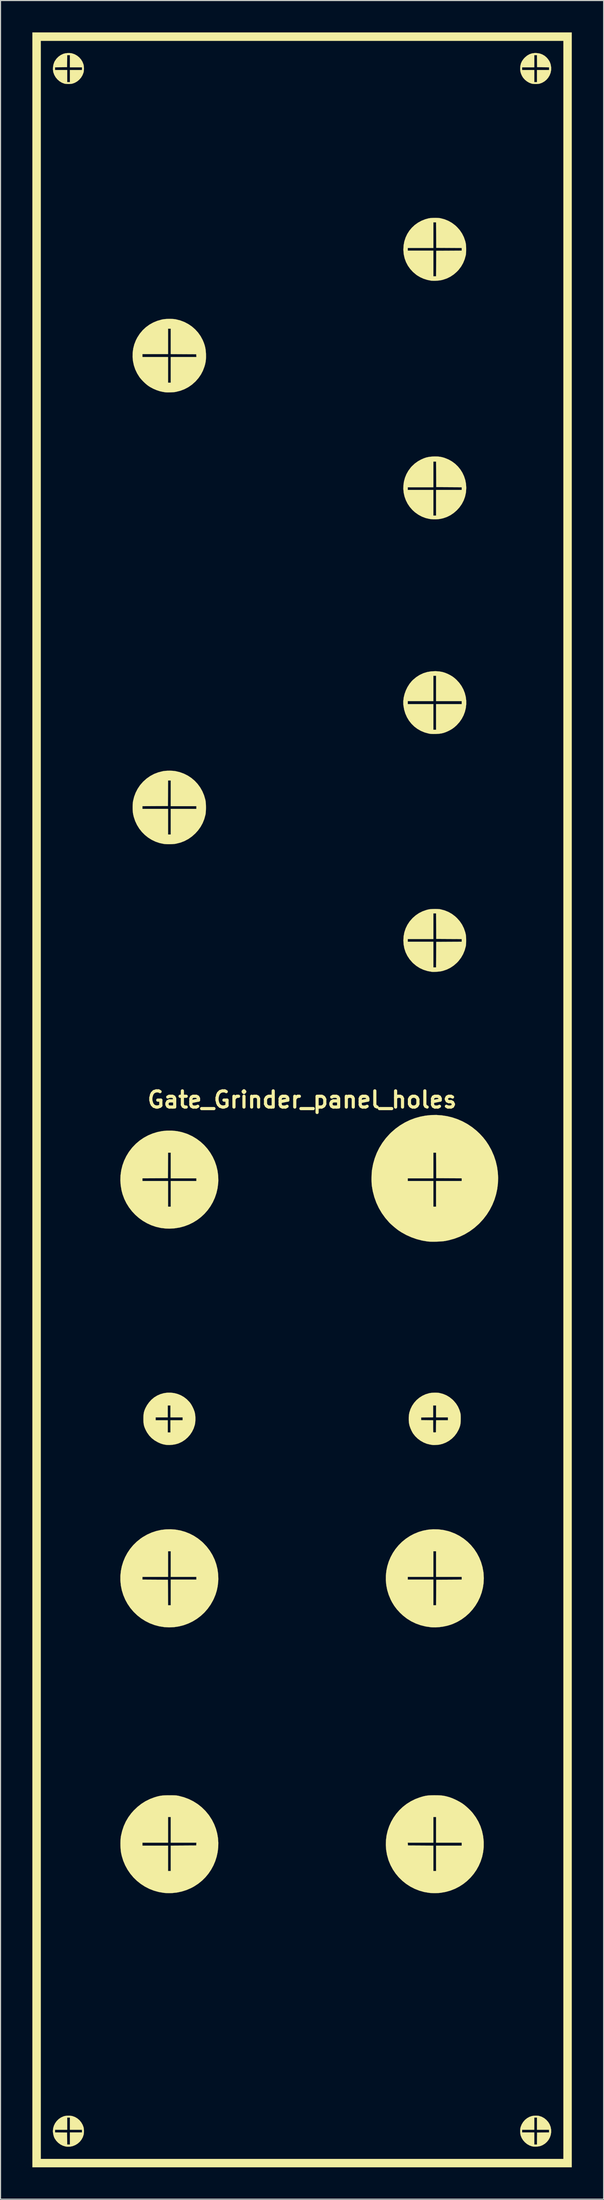
<source format=kicad_pcb>
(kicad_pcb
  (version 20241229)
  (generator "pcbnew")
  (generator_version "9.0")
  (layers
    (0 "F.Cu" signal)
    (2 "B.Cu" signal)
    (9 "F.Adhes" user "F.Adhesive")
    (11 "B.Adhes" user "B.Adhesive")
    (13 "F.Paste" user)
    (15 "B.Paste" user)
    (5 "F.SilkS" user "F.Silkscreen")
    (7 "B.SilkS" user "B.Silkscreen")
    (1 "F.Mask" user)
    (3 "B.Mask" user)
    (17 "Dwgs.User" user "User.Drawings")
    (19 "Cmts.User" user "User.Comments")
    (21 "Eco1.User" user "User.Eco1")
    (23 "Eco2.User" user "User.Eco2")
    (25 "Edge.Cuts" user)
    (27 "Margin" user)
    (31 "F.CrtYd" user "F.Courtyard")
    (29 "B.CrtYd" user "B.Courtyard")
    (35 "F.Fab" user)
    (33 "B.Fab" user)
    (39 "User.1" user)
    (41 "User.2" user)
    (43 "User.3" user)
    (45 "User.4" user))
  (footprint "Gate_Grinder_panel_holes"
    (layer "F.Cu")
    (at 25.43 100.486)
    (property "Reference" "Gate_Grinder_panel_holes" (at 0 0 0) (layer "F.SilkS") (effects (font (size 1.524 1.524) (thickness 0.3))))
    (attr through_hole)
    (fp_poly (pts (xy 25.425 100.507) (xy -25.425 100.507) (xy -25.425 -99.693) (xy -24.637 -99.693) (xy -24.637 99.719) (xy 24.637 99.719) (xy 24.637 -99.693) (xy -24.637 -99.693) (xy -25.425 -99.693) (xy -25.425 -100.481) (xy 25.425 -100.481) (xy 25.425 100.507)) (stroke (width 0.01) (type solid)) (fill yes) (layer "F.SilkS"))
    (fp_poly (pts (xy 22.27 95.661) (xy 22.364 95.678) (xy 22.606 95.761) (xy 22.832 95.888) (xy 23.035 96.053) (xy 23.208 96.249) (xy 23.334 96.455) (xy 23.431 96.704) (xy 23.48 96.957) (xy 23.484 97.21) (xy 23.445 97.458) (xy 23.365 97.694) (xy 23.246 97.914) (xy 23.091 98.111) (xy 22.901 98.282) (xy 22.68 98.419) (xy 22.494 98.498) (xy 22.349 98.535) (xy 22.175 98.558) (xy 21.993 98.566) (xy 21.821 98.559) (xy 21.683 98.537) (xy 21.441 98.45) (xy 21.215 98.322) (xy 21.014 98.158) (xy 20.842 97.965) (xy 20.706 97.748) (xy 20.613 97.515) (xy 20.607 97.492) (xy 20.579 97.34) (xy 20.566 97.165) (xy 20.569 96.985) (xy 20.57 96.973) (xy 20.747 96.973) (xy 20.747 97.227) (xy 21.891 97.227) (xy 21.891 98.371) (xy 22.145 98.371) (xy 22.151 97.805) (xy 22.158 97.24) (xy 22.724 97.233) (xy 23.29 97.226) (xy 23.29 96.973) (xy 22.146 96.973) (xy 22.146 95.828) (xy 21.891 95.828) (xy 21.891 96.973) (xy 20.747 96.973) (xy 20.57 96.973) (xy 20.586 96.82) (xy 20.606 96.73) (xy 20.704 96.477) (xy 20.843 96.248) (xy 21.017 96.049) (xy 21.221 95.884) (xy 21.451 95.758) (xy 21.652 95.689) (xy 21.786 95.664) (xy 21.947 95.652) (xy 22.115 95.651) (xy 22.27 95.661)) (stroke (width 0.01) (type solid)) (fill yes) (layer "F.SilkS"))
    (fp_poly (pts (xy -21.932 95.654) (xy -21.77 95.667) (xy -21.651 95.689) (xy -21.408 95.778) (xy -21.184 95.911) (xy -20.986 96.081) (xy -20.818 96.284) (xy -20.687 96.514) (xy -20.608 96.724) (xy -20.581 96.861) (xy -20.567 97.026) (xy -20.567 97.199) (xy -20.581 97.359) (xy -20.594 97.433) (xy -20.676 97.681) (xy -20.799 97.905) (xy -20.958 98.103) (xy -21.147 98.272) (xy -21.361 98.406) (xy -21.594 98.504) (xy -21.84 98.561) (xy -22.095 98.574) (xy -22.311 98.548) (xy -22.555 98.474) (xy -22.786 98.356) (xy -22.996 98.198) (xy -23.179 98.007) (xy -23.325 97.79) (xy -23.345 97.752) (xy -23.396 97.628) (xy -23.44 97.473) (xy -23.473 97.309) (xy -23.491 97.156) (xy -23.493 97.102) (xy -23.48 96.973) (xy -23.29 96.973) (xy -23.29 97.226) (xy -22.724 97.233) (xy -22.158 97.24) (xy -22.151 97.805) (xy -22.145 98.371) (xy -21.891 98.371) (xy -21.891 97.227) (xy -20.747 97.227) (xy -20.747 96.973) (xy -21.891 96.973) (xy -21.891 95.828) (xy -22.146 95.828) (xy -22.146 96.973) (xy -23.29 96.973) (xy -23.48 96.973) (xy -23.468 96.842) (xy -23.396 96.593) (xy -23.283 96.362) (xy -23.132 96.153) (xy -22.948 95.972) (xy -22.735 95.825) (xy -22.497 95.718) (xy -22.399 95.688) (xy -22.266 95.664) (xy -22.104 95.653) (xy -21.932 95.654)) (stroke (width 0.01) (type solid)) (fill yes) (layer "F.SilkS"))
    (fp_poly (pts (xy 22.107 -98.541) (xy 22.382 -98.501) (xy 22.633 -98.416) (xy 22.861 -98.287) (xy 23.061 -98.116) (xy 23.179 -97.978) (xy 23.277 -97.841) (xy 23.347 -97.719) (xy 23.399 -97.591) (xy 23.444 -97.437) (xy 23.444 -97.437) (xy 23.485 -97.178) (xy 23.479 -96.921) (xy 23.428 -96.673) (xy 23.336 -96.438) (xy 23.207 -96.222) (xy 23.042 -96.03) (xy 22.846 -95.868) (xy 22.621 -95.741) (xy 22.4 -95.663) (xy 22.276 -95.641) (xy 22.122 -95.63) (xy 21.956 -95.629) (xy 21.797 -95.639) (xy 21.664 -95.659) (xy 21.64 -95.665) (xy 21.414 -95.75) (xy 21.198 -95.876) (xy 21.004 -96.035) (xy 20.841 -96.22) (xy 20.742 -96.378) (xy 20.653 -96.571) (xy 20.597 -96.75) (xy 20.57 -96.938) (xy 20.566 -97.082) (xy 20.574 -97.201) (xy 20.747 -97.201) (xy 20.747 -96.947) (xy 21.891 -96.947) (xy 21.891 -95.803) (xy 22.146 -95.803) (xy 22.146 -96.947) (xy 23.29 -96.947) (xy 23.29 -97.2) (xy 22.724 -97.207) (xy 22.158 -97.214) (xy 22.151 -97.78) (xy 22.145 -98.346) (xy 21.891 -98.346) (xy 21.891 -97.201) (xy 20.747 -97.201) (xy 20.574 -97.201) (xy 20.584 -97.341) (xy 20.64 -97.571) (xy 20.736 -97.782) (xy 20.878 -97.982) (xy 21.001 -98.117) (xy 21.21 -98.295) (xy 21.432 -98.425) (xy 21.67 -98.507) (xy 21.927 -98.542) (xy 22.107 -98.541)) (stroke (width 0.01) (type solid)) (fill yes) (layer "F.SilkS"))
    (fp_poly (pts (xy -21.722 -98.517) (xy -21.707 -98.514) (xy -21.456 -98.43) (xy -21.225 -98.303) (xy -21.02 -98.14) (xy -20.846 -97.945) (xy -20.709 -97.724) (xy -20.613 -97.482) (xy -20.594 -97.408) (xy -20.573 -97.264) (xy -20.565 -97.096) (xy -20.572 -96.924) (xy -20.592 -96.769) (xy -20.608 -96.699) (xy -20.704 -96.452) (xy -20.841 -96.227) (xy -21.014 -96.029) (xy -21.216 -95.864) (xy -21.442 -95.737) (xy -21.651 -95.664) (xy -21.776 -95.642) (xy -21.93 -95.63) (xy -22.095 -95.629) (xy -22.252 -95.638) (xy -22.383 -95.657) (xy -22.411 -95.664) (xy -22.649 -95.755) (xy -22.869 -95.889) (xy -23.066 -96.06) (xy -23.232 -96.261) (xy -23.362 -96.487) (xy -23.45 -96.73) (xy -23.457 -96.759) (xy -23.488 -96.988) (xy -23.482 -97.2) (xy -23.29 -97.2) (xy -23.29 -96.947) (xy -22.146 -96.947) (xy -22.146 -95.803) (xy -21.891 -95.803) (xy -21.891 -96.947) (xy -20.747 -96.947) (xy -20.747 -97.201) (xy -21.891 -97.201) (xy -21.891 -98.346) (xy -22.145 -98.346) (xy -22.151 -97.78) (xy -22.158 -97.214) (xy -22.724 -97.207) (xy -23.29 -97.2) (xy -23.482 -97.2) (xy -23.481 -97.23) (xy -23.436 -97.471) (xy -23.358 -97.694) (xy -23.303 -97.8) (xy -23.15 -98.016) (xy -22.962 -98.203) (xy -22.748 -98.355) (xy -22.516 -98.465) (xy -22.498 -98.471) (xy -22.316 -98.517) (xy -22.112 -98.54) (xy -21.906 -98.541) (xy -21.722 -98.517)) (stroke (width 0.01) (type solid)) (fill yes) (layer "F.SilkS"))
    (fp_poly (pts (xy 12.856 -60.55) (xy 13.055 -60.524) (xy 13.25 -60.481) (xy 13.45 -60.42) (xy 13.805 -60.277) (xy 14.132 -60.093) (xy 14.429 -59.873) (xy 14.694 -59.619) (xy 14.924 -59.336) (xy 15.118 -59.028) (xy 15.272 -58.697) (xy 15.386 -58.348) (xy 15.456 -57.984) (xy 15.48 -57.609) (xy 15.457 -57.226) (xy 15.446 -57.149) (xy 15.365 -56.775) (xy 15.236 -56.42) (xy 15.061 -56.085) (xy 14.84 -55.771) (xy 14.598 -55.503) (xy 14.303 -55.244) (xy 13.99 -55.032) (xy 13.657 -54.865) (xy 13.3 -54.743) (xy 13.008 -54.679) (xy 12.811 -54.655) (xy 12.585 -54.644) (xy 12.352 -54.647) (xy 12.132 -54.663) (xy 12.014 -54.679) (xy 11.646 -54.766) (xy 11.293 -54.901) (xy 10.958 -55.082) (xy 10.646 -55.304) (xy 10.412 -55.516) (xy 10.16 -55.803) (xy 9.951 -56.112) (xy 9.786 -56.44) (xy 9.663 -56.782) (xy 9.584 -57.134) (xy 9.548 -57.492) (xy 9.552 -57.665) (xy 9.967 -57.665) (xy 9.967 -57.411) (xy 12.382 -57.411) (xy 12.382 -54.995) (xy 12.636 -54.995) (xy 12.636 -57.411) (xy 15.052 -57.411) (xy 15.052 -57.664) (xy 13.851 -57.671) (xy 12.649 -57.678) (xy 12.643 -58.879) (xy 12.636 -60.08) (xy 12.382 -60.08) (xy 12.382 -57.665) (xy 9.967 -57.665) (xy 9.552 -57.665) (xy 9.556 -57.851) (xy 9.607 -58.207) (xy 9.701 -58.556) (xy 9.839 -58.894) (xy 10.021 -59.216) (xy 10.246 -59.519) (xy 10.353 -59.638) (xy 10.631 -59.897) (xy 10.938 -60.116) (xy 11.228 -60.275) (xy 11.476 -60.385) (xy 11.71 -60.464) (xy 11.947 -60.516) (xy 12.205 -60.547) (xy 12.387 -60.557) (xy 12.639 -60.56) (xy 12.856 -60.55)) (stroke (width 0.01) (type solid)) (fill yes) (layer "F.SilkS"))
    (fp_poly (pts (xy -12.045 27.623) (xy -11.728 27.706) (xy -11.423 27.831) (xy -11.135 27.997) (xy -10.869 28.203) (xy -10.63 28.447) (xy -10.545 28.553) (xy -10.432 28.722) (xy -10.322 28.923) (xy -10.224 29.136) (xy -10.147 29.344) (xy -10.115 29.455) (xy -10.076 29.669) (xy -10.057 29.911) (xy -10.057 30.162) (xy -10.075 30.404) (xy -10.113 30.618) (xy -10.115 30.623) (xy -10.222 30.95) (xy -10.372 31.258) (xy -10.562 31.542) (xy -10.787 31.798) (xy -11.043 32.02) (xy -11.326 32.205) (xy -11.632 32.348) (xy -11.695 32.371) (xy -11.942 32.44) (xy -12.21 32.486) (xy -12.48 32.507) (xy -12.735 32.502) (xy -12.825 32.492) (xy -13.023 32.458) (xy -13.199 32.413) (xy -13.374 32.35) (xy -13.568 32.263) (xy -13.59 32.253) (xy -13.902 32.074) (xy -14.176 31.862) (xy -14.412 31.616) (xy -14.612 31.335) (xy -14.723 31.133) (xy -14.805 30.956) (xy -14.867 30.8) (xy -14.91 30.651) (xy -14.938 30.496) (xy -14.954 30.322) (xy -14.959 30.115) (xy -14.96 30.04) (xy -14.958 29.9) (xy -13.806 29.9) (xy -13.806 30.18) (xy -12.662 30.18) (xy -12.662 31.324) (xy -12.408 31.324) (xy -12.408 30.18) (xy -11.263 30.18) (xy -11.263 29.9) (xy -12.408 29.9) (xy -12.408 28.782) (xy -12.662 28.782) (xy -12.662 29.9) (xy -13.806 29.9) (xy -14.958 29.9) (xy -14.956 29.823) (xy -14.945 29.643) (xy -14.923 29.487) (xy -14.888 29.343) (xy -14.837 29.197) (xy -14.768 29.037) (xy -14.762 29.023) (xy -14.611 28.747) (xy -14.421 28.484) (xy -14.204 28.246) (xy -13.967 28.045) (xy -13.946 28.029) (xy -13.653 27.85) (xy -13.345 27.716) (xy -13.025 27.627) (xy -12.699 27.582) (xy -12.371 27.581) (xy -12.045 27.623)) (stroke (width 0.01) (type solid)) (fill yes) (layer "F.SilkS"))
    (fp_poly (pts (xy 12.646 -40.343) (xy 12.947 -40.32) (xy 13.219 -40.272) (xy 13.479 -40.195) (xy 13.745 -40.085) (xy 13.771 -40.072) (xy 13.998 -39.955) (xy 14.193 -39.835) (xy 14.374 -39.698) (xy 14.552 -39.539) (xy 14.814 -39.256) (xy 15.033 -38.951) (xy 15.209 -38.627) (xy 15.341 -38.289) (xy 15.43 -37.941) (xy 15.476 -37.586) (xy 15.478 -37.229) (xy 15.437 -36.874) (xy 15.353 -36.524) (xy 15.225 -36.185) (xy 15.054 -35.859) (xy 14.84 -35.552) (xy 14.582 -35.266) (xy 14.552 -35.237) (xy 14.367 -35.073) (xy 14.186 -34.937) (xy 13.99 -34.816) (xy 13.771 -34.704) (xy 13.55 -34.607) (xy 13.342 -34.535) (xy 13.134 -34.485) (xy 12.91 -34.454) (xy 12.655 -34.438) (xy 12.586 -34.436) (xy 12.407 -34.434) (xy 12.266 -34.436) (xy 12.15 -34.442) (xy 12.046 -34.455) (xy 11.941 -34.474) (xy 11.937 -34.475) (xy 11.557 -34.579) (xy 11.203 -34.726) (xy 10.876 -34.913) (xy 10.579 -35.137) (xy 10.314 -35.396) (xy 10.084 -35.686) (xy 9.891 -36.007) (xy 9.737 -36.353) (xy 9.625 -36.724) (xy 9.557 -37.116) (xy 9.548 -37.21) (xy 9.544 -37.528) (xy 9.967 -37.528) (xy 9.967 -37.248) (xy 12.382 -37.248) (xy 12.382 -34.833) (xy 12.636 -34.833) (xy 12.636 -37.248) (xy 15.052 -37.248) (xy 15.052 -37.528) (xy 12.636 -37.528) (xy 12.636 -39.918) (xy 12.382 -39.918) (xy 12.382 -37.528) (xy 9.967 -37.528) (xy 9.544 -37.528) (xy 9.544 -37.536) (xy 9.585 -37.871) (xy 9.667 -38.208) (xy 9.787 -38.539) (xy 9.941 -38.855) (xy 10.128 -39.149) (xy 10.342 -39.412) (xy 10.46 -39.53) (xy 10.766 -39.785) (xy 11.089 -39.992) (xy 11.43 -40.152) (xy 11.788 -40.263) (xy 12.165 -40.328) (xy 12.562 -40.346) (xy 12.646 -40.343)) (stroke (width 0.01) (type solid)) (fill yes) (layer "F.SilkS"))
    (fp_poly (pts (xy -12.266 2.909) (xy -11.803 2.956) (xy -11.342 3.052) (xy -10.888 3.196) (xy -10.774 3.24) (xy -10.345 3.441) (xy -9.944 3.682) (xy -9.572 3.96) (xy -9.232 4.272) (xy -8.926 4.615) (xy -8.656 4.986) (xy -8.423 5.381) (xy -8.23 5.797) (xy -8.079 6.232) (xy -7.972 6.681) (xy -7.91 7.141) (xy -7.896 7.61) (xy -7.908 7.85) (xy -7.968 8.33) (xy -8.075 8.792) (xy -8.225 9.232) (xy -8.415 9.65) (xy -8.644 10.043) (xy -8.908 10.409) (xy -9.206 10.746) (xy -9.535 11.052) (xy -9.893 11.324) (xy -10.277 11.56) (xy -10.684 11.759) (xy -11.112 11.919) (xy -11.559 12.036) (xy -12.023 12.109) (xy -12.5 12.137) (xy -12.853 12.126) (xy -13.316 12.071) (xy -13.766 11.969) (xy -14.201 11.822) (xy -14.617 11.632) (xy -15.012 11.403) (xy -15.382 11.137) (xy -15.725 10.836) (xy -16.037 10.503) (xy -16.316 10.14) (xy -16.559 9.751) (xy -16.762 9.337) (xy -16.923 8.901) (xy -17.018 8.543) (xy -17.1 8.062) (xy -17.131 7.583) (xy -17.125 7.399) (xy -15.052 7.399) (xy -15.052 7.653) (xy -12.636 7.653) (xy -12.636 10.068) (xy -12.382 10.068) (xy -12.382 7.653) (xy -9.967 7.653) (xy -9.967 7.399) (xy -12.382 7.399) (xy -12.382 4.983) (xy -12.636 4.983) (xy -12.643 6.185) (xy -12.649 7.386) (xy -13.851 7.393) (xy -15.052 7.399) (xy -17.125 7.399) (xy -17.114 7.107) (xy -17.049 6.64) (xy -16.936 6.182) (xy -16.777 5.739) (xy -16.572 5.313) (xy -16.323 4.906) (xy -16.029 4.523) (xy -15.993 4.482) (xy -15.661 4.139) (xy -15.301 3.836) (xy -14.915 3.574) (xy -14.507 3.354) (xy -14.081 3.177) (xy -13.64 3.042) (xy -13.189 2.952) (xy -12.729 2.908) (xy -12.266 2.909)) (stroke (width 0.01) (type solid)) (fill yes) (layer "F.SilkS"))
    (fp_poly (pts (xy -11.924 40.475) (xy -11.475 40.555) (xy -11.035 40.68) (xy -10.607 40.849) (xy -10.196 41.061) (xy -9.805 41.317) (xy -9.436 41.615) (xy -9.323 41.72) (xy -8.991 42.074) (xy -8.7 42.455) (xy -8.452 42.86) (xy -8.248 43.285) (xy -8.089 43.728) (xy -7.977 44.184) (xy -7.912 44.652) (xy -7.896 45.128) (xy -7.909 45.391) (xy -7.958 45.812) (xy -8.04 46.208) (xy -8.159 46.593) (xy -8.319 46.979) (xy -8.39 47.126) (xy -8.625 47.541) (xy -8.898 47.924) (xy -9.205 48.275) (xy -9.545 48.591) (xy -9.912 48.87) (xy -10.305 49.111) (xy -10.72 49.311) (xy -11.154 49.47) (xy -11.603 49.585) (xy -12.064 49.655) (xy -12.534 49.677) (xy -12.99 49.652) (xy -13.462 49.578) (xy -13.92 49.456) (xy -14.361 49.289) (xy -14.78 49.079) (xy -15.176 48.828) (xy -15.545 48.539) (xy -15.883 48.214) (xy -16.188 47.855) (xy -16.456 47.463) (xy -16.667 47.078) (xy -16.854 46.638) (xy -16.993 46.189) (xy -17.085 45.734) (xy -17.129 45.277) (xy -17.129 44.927) (xy -15.052 44.927) (xy -15.052 45.18) (xy -13.851 45.187) (xy -12.649 45.194) (xy -12.643 46.395) (xy -12.636 47.596) (xy -12.382 47.596) (xy -12.382 45.181) (xy -9.967 45.181) (xy -9.967 44.927) (xy -12.382 44.927) (xy -12.382 42.511) (xy -12.636 42.511) (xy -12.636 44.927) (xy -15.052 44.927) (xy -17.129 44.927) (xy -17.129 44.821) (xy -17.083 44.37) (xy -16.994 43.926) (xy -16.861 43.493) (xy -16.687 43.074) (xy -16.472 42.674) (xy -16.217 42.294) (xy -15.922 41.938) (xy -15.589 41.611) (xy -15.219 41.314) (xy -15.026 41.182) (xy -14.612 40.943) (xy -14.182 40.75) (xy -13.74 40.604) (xy -13.29 40.503) (xy -12.835 40.449) (xy -12.378 40.439) (xy -11.924 40.475)) (stroke (width 0.01) (type solid)) (fill yes) (layer "F.SilkS"))
    (fp_poly (pts (xy 12.836 40.45) (xy 13.308 40.508) (xy 13.776 40.615) (xy 13.984 40.679) (xy 14.43 40.854) (xy 14.849 41.071) (xy 15.241 41.327) (xy 15.602 41.62) (xy 15.931 41.947) (xy 16.225 42.305) (xy 16.482 42.692) (xy 16.7 43.104) (xy 16.877 43.539) (xy 17.01 43.995) (xy 17.097 44.467) (xy 17.11 44.576) (xy 17.136 45.046) (xy 17.114 45.511) (xy 17.044 45.966) (xy 16.93 46.41) (xy 16.773 46.839) (xy 16.576 47.249) (xy 16.34 47.638) (xy 16.067 48.003) (xy 15.76 48.34) (xy 15.419 48.646) (xy 15.049 48.919) (xy 14.649 49.154) (xy 14.223 49.35) (xy 13.984 49.437) (xy 13.652 49.532) (xy 13.3 49.605) (xy 12.942 49.654) (xy 12.591 49.677) (xy 12.263 49.673) (xy 12.153 49.664) (xy 11.652 49.592) (xy 11.175 49.474) (xy 10.721 49.312) (xy 10.293 49.106) (xy 9.888 48.855) (xy 9.509 48.559) (xy 9.224 48.292) (xy 8.938 47.978) (xy 8.694 47.655) (xy 8.482 47.31) (xy 8.352 47.057) (xy 8.167 46.614) (xy 8.03 46.164) (xy 7.941 45.71) (xy 7.898 45.255) (xy 7.9 44.927) (xy 9.967 44.927) (xy 9.967 45.181) (xy 12.382 45.181) (xy 12.382 47.596) (xy 12.636 47.596) (xy 12.643 46.395) (xy 12.649 45.194) (xy 13.851 45.187) (xy 15.052 45.18) (xy 15.052 44.927) (xy 12.636 44.927) (xy 12.636 42.511) (xy 12.382 42.511) (xy 12.382 44.927) (xy 9.967 44.927) (xy 7.9 44.927) (xy 7.901 44.802) (xy 7.948 44.354) (xy 8.038 43.915) (xy 8.17 43.486) (xy 8.343 43.073) (xy 8.555 42.677) (xy 8.807 42.302) (xy 9.096 41.951) (xy 9.421 41.627) (xy 9.782 41.334) (xy 10.177 41.073) (xy 10.539 40.881) (xy 10.977 40.699) (xy 11.429 40.565) (xy 11.892 40.479) (xy 12.363 40.44) (xy 12.836 40.45)) (stroke (width 0.01) (type solid)) (fill yes) (layer "F.SilkS"))
    (fp_poly (pts (xy 12.758 -17.955) (xy 12.919 -17.945) (xy 13.043 -17.928) (xy 13.429 -17.827) (xy 13.789 -17.682) (xy 14.124 -17.493) (xy 14.434 -17.26) (xy 14.607 -17.099) (xy 14.868 -16.804) (xy 15.085 -16.484) (xy 15.256 -16.139) (xy 15.383 -15.771) (xy 15.436 -15.548) (xy 15.452 -15.434) (xy 15.463 -15.286) (xy 15.469 -15.115) (xy 15.47 -14.936) (xy 15.466 -14.763) (xy 15.457 -14.609) (xy 15.443 -14.487) (xy 15.437 -14.454) (xy 15.331 -14.065) (xy 15.182 -13.704) (xy 14.989 -13.369) (xy 14.754 -13.061) (xy 14.607 -12.904) (xy 14.313 -12.645) (xy 13.996 -12.431) (xy 13.654 -12.261) (xy 13.288 -12.136) (xy 13.139 -12.1) (xy 13.016 -12.079) (xy 12.864 -12.061) (xy 12.697 -12.047) (xy 12.531 -12.038) (xy 12.38 -12.035) (xy 12.26 -12.039) (xy 12.23 -12.042) (xy 11.828 -12.115) (xy 11.453 -12.232) (xy 11.103 -12.392) (xy 10.779 -12.597) (xy 10.481 -12.845) (xy 10.393 -12.932) (xy 10.136 -13.229) (xy 9.926 -13.547) (xy 9.761 -13.887) (xy 9.644 -14.245) (xy 9.574 -14.622) (xy 9.551 -15.001) (xy 9.559 -15.128) (xy 9.967 -15.128) (xy 9.967 -14.874) (xy 12.382 -14.874) (xy 12.382 -12.458) (xy 12.636 -12.458) (xy 12.643 -13.66) (xy 12.649 -14.861) (xy 13.851 -14.868) (xy 15.052 -14.874) (xy 15.052 -15.128) (xy 13.851 -15.134) (xy 12.649 -15.141) (xy 12.643 -16.342) (xy 12.636 -17.544) (xy 12.382 -17.544) (xy 12.382 -15.128) (xy 9.967 -15.128) (xy 9.559 -15.128) (xy 9.576 -15.392) (xy 9.648 -15.769) (xy 9.767 -16.128) (xy 9.932 -16.467) (xy 10.142 -16.784) (xy 10.396 -17.075) (xy 10.439 -17.118) (xy 10.727 -17.368) (xy 11.032 -17.573) (xy 11.362 -17.737) (xy 11.721 -17.863) (xy 11.929 -17.916) (xy 12.051 -17.935) (xy 12.209 -17.949) (xy 12.389 -17.957) (xy 12.577 -17.959) (xy 12.758 -17.955)) (stroke (width 0.01) (type solid)) (fill yes) (layer "F.SilkS"))
    (fp_poly (pts (xy 12.759 -83.019) (xy 12.918 -83.008) (xy 13.042 -82.992) (xy 13.042 -82.992) (xy 13.428 -82.89) (xy 13.789 -82.744) (xy 14.126 -82.554) (xy 14.437 -82.32) (xy 14.607 -82.162) (xy 14.868 -81.868) (xy 15.084 -81.549) (xy 15.256 -81.205) (xy 15.383 -80.836) (xy 15.436 -80.611) (xy 15.452 -80.498) (xy 15.463 -80.349) (xy 15.469 -80.179) (xy 15.47 -80) (xy 15.466 -79.827) (xy 15.457 -79.672) (xy 15.443 -79.55) (xy 15.437 -79.518) (xy 15.331 -79.129) (xy 15.184 -78.769) (xy 14.994 -78.437) (xy 14.761 -78.131) (xy 14.607 -77.967) (xy 14.313 -77.708) (xy 13.995 -77.494) (xy 13.653 -77.324) (xy 13.287 -77.2) (xy 13.139 -77.164) (xy 12.97 -77.135) (xy 12.774 -77.115) (xy 12.567 -77.103) (xy 12.368 -77.102) (xy 12.194 -77.111) (xy 12.141 -77.117) (xy 11.798 -77.186) (xy 11.46 -77.294) (xy 11.14 -77.437) (xy 10.848 -77.611) (xy 10.766 -77.669) (xy 10.461 -77.927) (xy 10.198 -78.212) (xy 9.978 -78.522) (xy 9.803 -78.855) (xy 9.673 -79.209) (xy 9.589 -79.581) (xy 9.553 -79.969) (xy 9.551 -80.065) (xy 9.559 -80.192) (xy 9.967 -80.192) (xy 9.967 -79.938) (xy 12.382 -79.938) (xy 12.382 -77.522) (xy 12.636 -77.522) (xy 12.643 -78.723) (xy 12.649 -79.925) (xy 13.851 -79.931) (xy 15.052 -79.938) (xy 15.052 -80.191) (xy 13.851 -80.198) (xy 12.649 -80.205) (xy 12.643 -81.406) (xy 12.636 -82.607) (xy 12.382 -82.607) (xy 12.382 -80.192) (xy 9.967 -80.192) (xy 9.559 -80.192) (xy 9.576 -80.452) (xy 9.647 -80.824) (xy 9.763 -81.178) (xy 9.92 -81.51) (xy 10.118 -81.819) (xy 10.353 -82.1) (xy 10.622 -82.351) (xy 10.925 -82.569) (xy 11.257 -82.75) (xy 11.617 -82.894) (xy 11.929 -82.979) (xy 12.051 -82.999) (xy 12.21 -83.012) (xy 12.391 -83.021) (xy 12.578 -83.023) (xy 12.759 -83.019)) (stroke (width 0.01) (type solid)) (fill yes) (layer "F.SilkS"))
    (fp_poly (pts (xy -12.216 -30.967) (xy -12.003 -30.945) (xy -11.932 -30.934) (xy -11.52 -30.835) (xy -11.13 -30.692) (xy -10.765 -30.507) (xy -10.427 -30.283) (xy -10.12 -30.022) (xy -9.845 -29.726) (xy -9.605 -29.399) (xy -9.403 -29.043) (xy -9.241 -28.661) (xy -9.123 -28.254) (xy -9.11 -28.197) (xy -9.088 -28.053) (xy -9.072 -27.873) (xy -9.064 -27.669) (xy -9.062 -27.457) (xy -9.067 -27.248) (xy -9.079 -27.056) (xy -9.098 -26.895) (xy -9.109 -26.832) (xy -9.221 -26.42) (xy -9.375 -26.038) (xy -9.572 -25.682) (xy -9.812 -25.349) (xy -10.067 -25.068) (xy -10.385 -24.784) (xy -10.724 -24.546) (xy -11.087 -24.353) (xy -11.471 -24.206) (xy -11.879 -24.105) (xy -11.974 -24.088) (xy -12.106 -24.073) (xy -12.273 -24.062) (xy -12.459 -24.057) (xy -12.647 -24.057) (xy -12.824 -24.063) (xy -12.972 -24.074) (xy -13.021 -24.08) (xy -13.425 -24.164) (xy -13.809 -24.294) (xy -14.172 -24.466) (xy -14.511 -24.678) (xy -14.823 -24.928) (xy -15.104 -25.211) (xy -15.352 -25.526) (xy -15.564 -25.87) (xy -15.737 -26.239) (xy -15.868 -26.631) (xy -15.93 -26.9) (xy -15.957 -27.096) (xy -15.973 -27.324) (xy -15.976 -27.566) (xy -15.974 -27.637) (xy -15.052 -27.637) (xy -15.052 -27.383) (xy -12.636 -27.383) (xy -12.636 -24.968) (xy -12.382 -24.968) (xy -12.382 -27.383) (xy -9.967 -27.383) (xy -9.967 -27.637) (xy -12.382 -27.637) (xy -12.382 -30.053) (xy -12.636 -30.053) (xy -12.643 -28.852) (xy -12.649 -27.65) (xy -13.851 -27.644) (xy -15.052 -27.637) (xy -15.974 -27.637) (xy -15.968 -27.805) (xy -15.948 -28.022) (xy -15.933 -28.12) (xy -15.835 -28.521) (xy -15.69 -28.908) (xy -15.502 -29.273) (xy -15.273 -29.613) (xy -15.005 -29.922) (xy -14.976 -29.951) (xy -14.656 -30.237) (xy -14.314 -30.476) (xy -13.949 -30.671) (xy -13.561 -30.82) (xy -13.148 -30.925) (xy -13.12 -30.931) (xy -12.922 -30.958) (xy -12.694 -30.973) (xy -12.452 -30.976) (xy -12.216 -30.967)) (stroke (width 0.01) (type solid)) (fill yes) (layer "F.SilkS"))
    (fp_poly (pts (xy -12.284 -73.512) (xy -12.062 -73.496) (xy -11.89 -73.47) (xy -11.477 -73.364) (xy -11.086 -73.214) (xy -10.721 -73.022) (xy -10.384 -72.792) (xy -10.077 -72.524) (xy -9.804 -72.222) (xy -9.567 -71.888) (xy -9.37 -71.523) (xy -9.263 -71.269) (xy -9.181 -71.027) (xy -9.122 -70.788) (xy -9.084 -70.538) (xy -9.063 -70.26) (xy -9.06 -70.174) (xy -9.057 -69.905) (xy -9.068 -69.67) (xy -9.096 -69.453) (xy -9.141 -69.238) (xy -9.207 -69.011) (xy -9.351 -68.632) (xy -9.532 -68.284) (xy -9.754 -67.96) (xy -10.02 -67.653) (xy -10.067 -67.605) (xy -10.383 -67.324) (xy -10.725 -67.087) (xy -11.092 -66.894) (xy -11.482 -66.746) (xy -11.893 -66.643) (xy -11.987 -66.627) (xy -12.085 -66.615) (xy -12.213 -66.605) (xy -12.359 -66.598) (xy -12.509 -66.593) (xy -12.652 -66.591) (xy -12.774 -66.593) (xy -12.864 -66.599) (xy -12.891 -66.603) (xy -12.933 -66.61) (xy -13.01 -66.623) (xy -13.107 -66.638) (xy -13.12 -66.64) (xy -13.412 -66.705) (xy -13.719 -66.806) (xy -14.026 -66.938) (xy -14.318 -67.094) (xy -14.466 -67.187) (xy -14.617 -67.299) (xy -14.783 -67.441) (xy -14.953 -67.603) (xy -15.114 -67.77) (xy -15.255 -67.933) (xy -15.33 -68.032) (xy -15.551 -68.384) (xy -15.727 -68.754) (xy -15.857 -69.138) (xy -15.941 -69.531) (xy -15.98 -69.93) (xy -15.975 -70.2) (xy -15.052 -70.2) (xy -15.052 -69.92) (xy -12.636 -69.92) (xy -12.636 -67.505) (xy -12.382 -67.505) (xy -12.382 -69.92) (xy -9.964 -69.92) (xy -9.972 -70.053) (xy -9.979 -70.187) (xy -11.181 -70.193) (xy -12.382 -70.2) (xy -12.382 -72.59) (xy -12.636 -72.59) (xy -12.636 -70.2) (xy -15.052 -70.2) (xy -15.975 -70.2) (xy -15.972 -70.331) (xy -15.918 -70.728) (xy -15.817 -71.119) (xy -15.669 -71.498) (xy -15.532 -71.763) (xy -15.3 -72.12) (xy -15.033 -72.44) (xy -14.733 -72.722) (xy -14.401 -72.965) (xy -14.04 -73.168) (xy -13.651 -73.329) (xy -13.236 -73.447) (xy -13.188 -73.458) (xy -12.993 -73.489) (xy -12.766 -73.509) (xy -12.525 -73.516) (xy -12.284 -73.512)) (stroke (width 0.01) (type solid)) (fill yes) (layer "F.SilkS"))
    (fp_poly (pts (xy 12.713 27.585) (xy 12.874 27.597) (xy 12.954 27.61) (xy 13.3 27.702) (xy 13.616 27.834) (xy 13.907 28.009) (xy 14.179 28.229) (xy 14.292 28.34) (xy 14.515 28.602) (xy 14.694 28.884) (xy 14.832 29.191) (xy 14.904 29.419) (xy 14.927 29.509) (xy 14.943 29.593) (xy 14.953 29.683) (xy 14.959 29.791) (xy 14.961 29.929) (xy 14.961 30.053) (xy 14.957 30.271) (xy 14.943 30.453) (xy 14.919 30.612) (xy 14.88 30.762) (xy 14.823 30.916) (xy 14.748 31.086) (xy 14.579 31.388) (xy 14.371 31.662) (xy 14.128 31.904) (xy 13.855 32.11) (xy 13.557 32.277) (xy 13.238 32.402) (xy 12.972 32.468) (xy 12.878 32.481) (xy 12.759 32.493) (xy 12.628 32.502) (xy 12.501 32.508) (xy 12.393 32.51) (xy 12.316 32.506) (xy 12.306 32.505) (xy 12.249 32.495) (xy 12.161 32.481) (xy 12.066 32.465) (xy 11.762 32.391) (xy 11.462 32.271) (xy 11.176 32.11) (xy 10.91 31.914) (xy 10.673 31.686) (xy 10.475 31.438) (xy 10.389 31.296) (xy 10.301 31.122) (xy 10.219 30.934) (xy 10.152 30.75) (xy 10.115 30.623) (xy 10.076 30.411) (xy 10.057 30.169) (xy 10.057 29.918) (xy 10.057 29.913) (xy 11.225 29.913) (xy 11.225 30.167) (xy 12.357 30.181) (xy 12.357 30.736) (xy 12.358 30.899) (xy 12.36 31.045) (xy 12.363 31.165) (xy 12.368 31.254) (xy 12.373 31.302) (xy 12.375 31.308) (xy 12.409 31.318) (xy 12.475 31.32) (xy 12.508 31.319) (xy 12.624 31.311) (xy 12.631 30.746) (xy 12.637 30.18) (xy 13.755 30.18) (xy 13.755 29.9) (xy 12.636 29.9) (xy 12.636 28.782) (xy 12.357 28.782) (xy 12.357 29.899) (xy 11.225 29.913) (xy 10.057 29.913) (xy 10.075 29.676) (xy 10.113 29.461) (xy 10.115 29.455) (xy 10.222 29.126) (xy 10.373 28.818) (xy 10.564 28.535) (xy 10.791 28.281) (xy 11.05 28.06) (xy 11.337 27.876) (xy 11.649 27.732) (xy 11.98 27.632) (xy 12.014 27.625) (xy 12.163 27.601) (xy 12.34 27.587) (xy 12.529 27.581) (xy 12.713 27.585)) (stroke (width 0.01) (type solid)) (fill yes) (layer "F.SilkS"))
    (fp_poly (pts (xy -12.497 65.484) (xy -12.295 65.485) (xy -12.134 65.487) (xy -12.007 65.491) (xy -11.902 65.498) (xy -11.811 65.508) (xy -11.724 65.522) (xy -11.633 65.54) (xy -11.619 65.543) (xy -11.136 65.672) (xy -10.677 65.845) (xy -10.244 66.06) (xy -9.839 66.316) (xy -9.464 66.613) (xy -9.12 66.948) (xy -8.81 67.322) (xy -8.754 67.399) (xy -8.497 67.798) (xy -8.287 68.212) (xy -8.123 68.639) (xy -8.003 69.074) (xy -7.928 69.515) (xy -7.897 69.958) (xy -7.907 70.401) (xy -7.96 70.839) (xy -8.054 71.27) (xy -8.187 71.69) (xy -8.36 72.096) (xy -8.572 72.486) (xy -8.821 72.855) (xy -9.107 73.201) (xy -9.429 73.52) (xy -9.787 73.809) (xy -10.179 74.065) (xy -10.463 74.218) (xy -10.894 74.404) (xy -11.344 74.546) (xy -11.805 74.643) (xy -12.272 74.693) (xy -12.737 74.696) (xy -13.035 74.672) (xy -13.508 74.592) (xy -13.964 74.466) (xy -14.4 74.296) (xy -14.814 74.084) (xy -15.202 73.834) (xy -15.563 73.547) (xy -15.893 73.227) (xy -16.19 72.874) (xy -16.452 72.493) (xy -16.676 72.084) (xy -16.859 71.652) (xy -16.999 71.197) (xy -17.065 70.892) (xy -17.091 70.705) (xy -17.11 70.485) (xy -17.121 70.246) (xy -17.124 70.001) (xy -17.123 69.945) (xy -15.052 69.945) (xy -15.052 70.225) (xy -12.636 70.225) (xy -12.636 72.615) (xy -12.382 72.615) (xy -12.382 70.226) (xy -11.181 70.219) (xy -9.979 70.212) (xy -9.972 70.079) (xy -9.964 69.945) (xy -12.382 69.945) (xy -12.382 67.53) (xy -12.636 67.53) (xy -12.636 69.945) (xy -15.052 69.945) (xy -17.123 69.945) (xy -17.118 69.764) (xy -17.105 69.548) (xy -17.083 69.366) (xy -17.078 69.335) (xy -16.965 68.846) (xy -16.812 68.387) (xy -16.617 67.956) (xy -16.38 67.553) (xy -16.1 67.175) (xy -15.869 66.915) (xy -15.517 66.578) (xy -15.148 66.288) (xy -14.76 66.043) (xy -14.349 65.84) (xy -13.956 65.691) (xy -13.751 65.627) (xy -13.566 65.577) (xy -13.39 65.539) (xy -13.212 65.513) (xy -13.019 65.496) (xy -12.8 65.487) (xy -12.545 65.484) (xy -12.497 65.484)) (stroke (width 0.01) (type solid)) (fill yes) (layer "F.SilkS"))
    (fp_poly (pts (xy 12.77 65.486) (xy 12.993 65.494) (xy 13.189 65.51) (xy 13.371 65.536) (xy 13.55 65.573) (xy 13.738 65.622) (xy 13.949 65.686) (xy 13.959 65.69) (xy 14.156 65.762) (xy 14.379 65.858) (xy 14.611 65.971) (xy 14.837 66.092) (xy 15.043 66.213) (xy 15.178 66.304) (xy 15.341 66.428) (xy 15.52 66.581) (xy 15.704 66.75) (xy 15.878 66.922) (xy 16.029 67.085) (xy 16.093 67.161) (xy 16.382 67.556) (xy 16.625 67.97) (xy 16.821 68.404) (xy 16.969 68.857) (xy 17.07 69.329) (xy 17.124 69.818) (xy 17.128 69.894) (xy 17.125 70.368) (xy 17.073 70.831) (xy 16.977 71.28) (xy 16.836 71.714) (xy 16.655 72.128) (xy 16.435 72.521) (xy 16.178 72.891) (xy 15.887 73.233) (xy 15.564 73.547) (xy 15.211 73.828) (xy 14.83 74.075) (xy 14.424 74.285) (xy 13.996 74.455) (xy 13.546 74.582) (xy 13.078 74.665) (xy 13.012 74.673) (xy 12.824 74.688) (xy 12.607 74.695) (xy 12.382 74.695) (xy 12.168 74.687) (xy 11.985 74.672) (xy 11.984 74.672) (xy 11.515 74.593) (xy 11.062 74.466) (xy 10.627 74.296) (xy 10.213 74.084) (xy 9.823 73.832) (xy 9.461 73.544) (xy 9.129 73.221) (xy 8.83 72.866) (xy 8.568 72.481) (xy 8.345 72.07) (xy 8.164 71.634) (xy 8.137 71.554) (xy 8.008 71.092) (xy 7.929 70.628) (xy 7.897 70.165) (xy 7.904 69.945) (xy 9.964 69.945) (xy 9.972 70.079) (xy 9.979 70.212) (xy 11.181 70.219) (xy 12.382 70.226) (xy 12.382 72.615) (xy 12.636 72.615) (xy 12.636 70.225) (xy 15.052 70.225) (xy 15.052 69.945) (xy 12.636 69.945) (xy 12.636 67.53) (xy 12.382 67.53) (xy 12.382 69.945) (xy 9.964 69.945) (xy 7.904 69.945) (xy 7.911 69.708) (xy 7.969 69.258) (xy 8.071 68.819) (xy 8.214 68.394) (xy 8.397 67.985) (xy 8.619 67.596) (xy 8.877 67.23) (xy 9.171 66.89) (xy 9.5 66.578) (xy 9.861 66.298) (xy 10.253 66.052) (xy 10.674 65.844) (xy 11.05 65.701) (xy 11.26 65.634) (xy 11.445 65.582) (xy 11.617 65.543) (xy 11.788 65.515) (xy 11.97 65.497) (xy 12.175 65.487) (xy 12.415 65.483) (xy 12.509 65.483) (xy 12.77 65.486)) (stroke (width 0.01) (type solid)) (fill yes) (layer "F.SilkS"))
    (fp_poly (pts (xy 13.171 1.472) (xy 13.676 1.55) (xy 14.175 1.672) (xy 14.663 1.837) (xy 15.139 2.045) (xy 15.599 2.296) (xy 16.04 2.591) (xy 16.459 2.929) (xy 16.749 3.202) (xy 17.062 3.54) (xy 17.339 3.891) (xy 17.588 4.266) (xy 17.817 4.677) (xy 17.876 4.793) (xy 18.093 5.29) (xy 18.262 5.799) (xy 18.383 6.315) (xy 18.457 6.837) (xy 18.485 7.36) (xy 18.466 7.882) (xy 18.402 8.4) (xy 18.292 8.91) (xy 18.139 9.409) (xy 17.941 9.895) (xy 17.7 10.364) (xy 17.416 10.813) (xy 17.09 11.239) (xy 16.721 11.639) (xy 16.662 11.697) (xy 16.246 12.065) (xy 15.807 12.387) (xy 15.343 12.666) (xy 14.854 12.9) (xy 14.339 13.091) (xy 13.799 13.237) (xy 13.488 13.3) (xy 13.34 13.32) (xy 13.153 13.338) (xy 12.939 13.351) (xy 12.71 13.361) (xy 12.479 13.366) (xy 12.258 13.366) (xy 12.058 13.362) (xy 11.891 13.351) (xy 11.836 13.346) (xy 11.324 13.26) (xy 10.814 13.129) (xy 10.315 12.954) (xy 9.833 12.74) (xy 9.378 12.489) (xy 9.102 12.31) (xy 8.968 12.211) (xy 8.814 12.09) (xy 8.652 11.955) (xy 8.492 11.817) (xy 8.348 11.686) (xy 8.231 11.572) (xy 8.207 11.547) (xy 7.839 11.121) (xy 7.515 10.67) (xy 7.236 10.195) (xy 7.002 9.697) (xy 6.814 9.175) (xy 6.67 8.632) (xy 6.581 8.123) (xy 6.564 7.955) (xy 6.553 7.75) (xy 6.549 7.521) (xy 6.55 7.399) (xy 9.967 7.399) (xy 9.967 7.653) (xy 12.382 7.653) (xy 12.382 10.068) (xy 12.636 10.068) (xy 12.636 7.653) (xy 15.052 7.653) (xy 15.052 7.399) (xy 13.851 7.393) (xy 12.649 7.386) (xy 12.643 6.185) (xy 12.636 4.983) (xy 12.382 4.983) (xy 12.382 7.399) (xy 9.967 7.399) (xy 6.55 7.399) (xy 6.551 7.281) (xy 6.558 7.045) (xy 6.572 6.824) (xy 6.591 6.633) (xy 6.595 6.599) (xy 6.697 6.053) (xy 6.847 5.524) (xy 7.042 5.015) (xy 7.283 4.527) (xy 7.568 4.063) (xy 7.897 3.625) (xy 8.267 3.215) (xy 8.396 3.088) (xy 8.807 2.729) (xy 9.24 2.415) (xy 9.693 2.144) (xy 10.163 1.917) (xy 10.647 1.734) (xy 11.142 1.595) (xy 11.645 1.499) (xy 12.153 1.446) (xy 12.663 1.437) (xy 13.171 1.472)) (stroke (width 0.01) (type solid)) (fill yes) (layer "F.SilkS")))
  (gr_rect
    (start -3 -3)
    (end 53.861 203.998)
    (stroke (width 0.1) (type default))
    (fill no)
    (layer "Edge.Cuts")))
</source>
